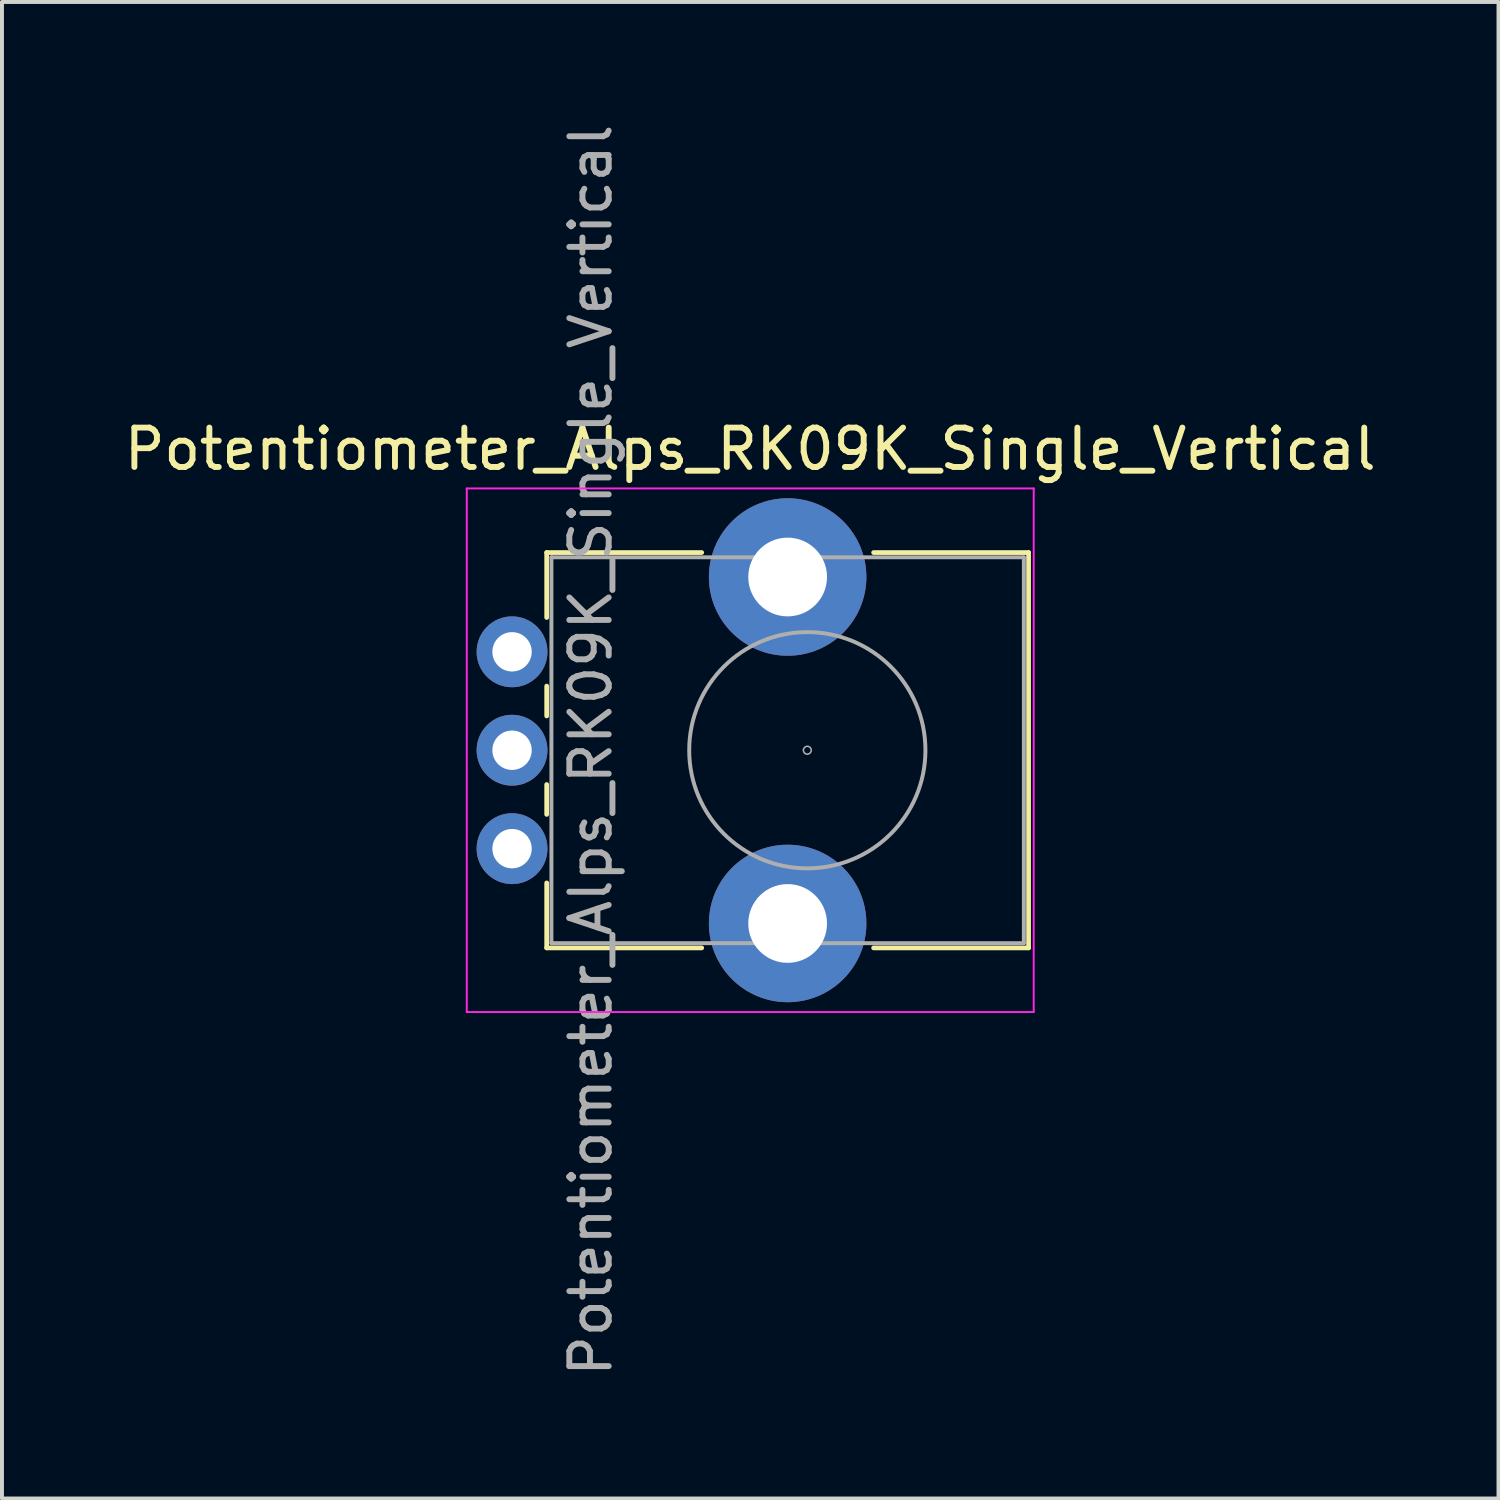
<source format=kicad_pcb>
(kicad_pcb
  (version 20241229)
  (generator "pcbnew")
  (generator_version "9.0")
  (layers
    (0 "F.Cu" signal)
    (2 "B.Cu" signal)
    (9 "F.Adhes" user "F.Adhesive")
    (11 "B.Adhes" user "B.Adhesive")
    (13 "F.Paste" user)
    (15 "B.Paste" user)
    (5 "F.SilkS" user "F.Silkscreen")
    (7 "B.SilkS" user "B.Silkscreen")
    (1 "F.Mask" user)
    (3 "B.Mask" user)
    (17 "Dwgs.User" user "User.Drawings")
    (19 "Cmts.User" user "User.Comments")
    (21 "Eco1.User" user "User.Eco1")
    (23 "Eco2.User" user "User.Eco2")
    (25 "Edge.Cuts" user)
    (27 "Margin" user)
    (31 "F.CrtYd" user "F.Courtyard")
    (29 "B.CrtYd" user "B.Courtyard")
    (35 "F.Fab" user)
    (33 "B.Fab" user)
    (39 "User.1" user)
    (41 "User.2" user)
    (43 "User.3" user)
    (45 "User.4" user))
  (footprint "Potentiometer_Alps_RK09K_Single_Vertical"
    (layer "F.Cu")
    (at 17.439 15.996)
    (property "Reference" "Potentiometer_Alps_RK09K_Single_Vertical" (at -1.433 -7.64 0) (layer "F.SilkS") (effects (font (size 1 1) (thickness 0.15))))
    (attr through_hole)
    (fp_line (start -6.603 -5.011) (end -6.603 -3.361) (stroke (width 0.12) (type solid)) (layer "F.SilkS"))
    (fp_line (start -6.603 -5.011) (end -2.666 -5.011) (stroke (width 0.12) (type solid)) (layer "F.SilkS"))
    (fp_line (start -6.603 -1.619) (end -6.603 -0.86) (stroke (width 0.12) (type solid)) (layer "F.SilkS"))
    (fp_line (start -6.603 0.881) (end -6.603 1.64) (stroke (width 0.12) (type solid)) (layer "F.SilkS"))
    (fp_line (start -6.603 3.38) (end -6.603 5.03) (stroke (width 0.12) (type solid)) (layer "F.SilkS"))
    (fp_line (start -6.603 5.03) (end -2.666 5.03) (stroke (width 0.12) (type solid)) (layer "F.SilkS"))
    (fp_line (start 1.701 -5.011) (end 5.637 -5.011) (stroke (width 0.12) (type solid)) (layer "F.SilkS"))
    (fp_line (start 1.701 5.03) (end 5.637 5.03) (stroke (width 0.12) (type solid)) (layer "F.SilkS"))
    (fp_line (start 5.637 -5.011) (end 5.637 5.03) (stroke (width 0.12) (type solid)) (layer "F.SilkS"))
    (fp_line (start -8.633 -6.64) (end -8.633 6.66) (stroke (width 0.05) (type solid)) (layer "F.CrtYd"))
    (fp_line (start -8.633 6.66) (end 5.767 6.66) (stroke (width 0.05) (type solid)) (layer "F.CrtYd"))
    (fp_line (start 5.767 -6.64) (end -8.633 -6.64) (stroke (width 0.05) (type solid)) (layer "F.CrtYd"))
    (fp_line (start 5.767 6.66) (end 5.767 -6.64) (stroke (width 0.05) (type solid)) (layer "F.CrtYd"))
    (fp_line (start -6.483 -4.89) (end -6.483 4.91) (stroke (width 0.1) (type solid)) (layer "F.Fab"))
    (fp_line (start -6.483 4.91) (end 5.517 4.91) (stroke (width 0.1) (type solid)) (layer "F.Fab"))
    (fp_line (start 5.517 -4.89) (end -6.483 -4.89) (stroke (width 0.1) (type solid)) (layer "F.Fab"))
    (fp_line (start 5.517 4.91) (end 5.517 -4.89) (stroke (width 0.1) (type solid)) (layer "F.Fab"))
    (fp_circle (center 0.017 0.01) (end 0.117 0.01) (stroke (width 0.04) (type solid)) (fill no) (layer "F.Fab"))
    (fp_circle (center 0.017 0.01) (end 3.017 0.01) (stroke (width 0.1) (type solid)) (fill no) (layer "F.Fab"))
    (fp_text user "${REFERENCE}" (at -5.483 0.01 270) (layer "F.Fab") (effects (font (size 1 1) (thickness 0.15))))
    (pad "" np_thru_hole circle (at -0.483 -4.39) (size 4 4) (drill 2) (layers "*.Cu" "*.Mask"))
    (pad "" np_thru_hole circle (at -0.483 4.41) (size 4 4) (drill 2) (layers "*.Cu" "*.Mask"))
    (pad "1" thru_hole circle (at -7.483 2.51) (size 1.8 1.8) (drill 1) (layers "*.Cu" "*.Mask"))
    (pad "2" thru_hole circle (at -7.483 0.01) (size 1.8 1.8) (drill 1) (layers "*.Cu" "*.Mask"))
    (pad "3" thru_hole circle (at -7.483 -2.49) (size 1.8 1.8) (drill 1) (layers "*.Cu" "*.Mask")))
  (gr_rect
    (start -3 -3)
    (end 35.012 35.012)
    (stroke (width 0.1) (type default))
    (fill no)
    (layer "Edge.Cuts")))
</source>
